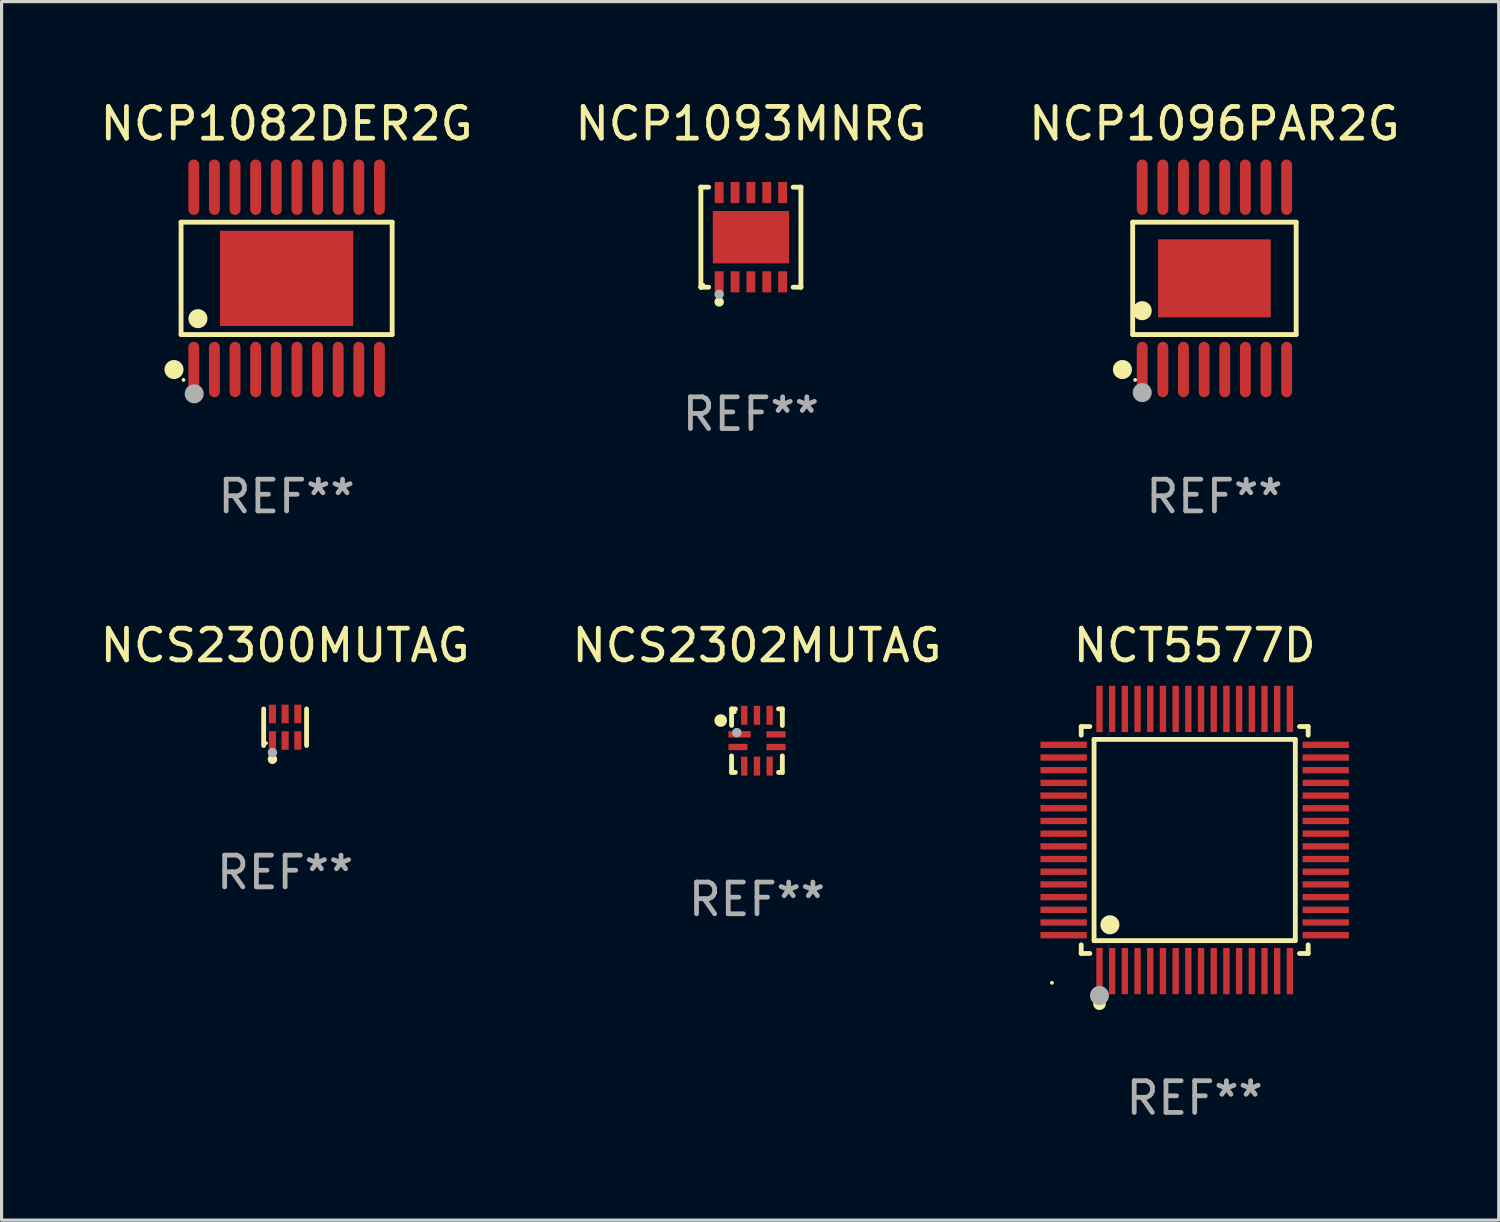
<source format=kicad_pcb>
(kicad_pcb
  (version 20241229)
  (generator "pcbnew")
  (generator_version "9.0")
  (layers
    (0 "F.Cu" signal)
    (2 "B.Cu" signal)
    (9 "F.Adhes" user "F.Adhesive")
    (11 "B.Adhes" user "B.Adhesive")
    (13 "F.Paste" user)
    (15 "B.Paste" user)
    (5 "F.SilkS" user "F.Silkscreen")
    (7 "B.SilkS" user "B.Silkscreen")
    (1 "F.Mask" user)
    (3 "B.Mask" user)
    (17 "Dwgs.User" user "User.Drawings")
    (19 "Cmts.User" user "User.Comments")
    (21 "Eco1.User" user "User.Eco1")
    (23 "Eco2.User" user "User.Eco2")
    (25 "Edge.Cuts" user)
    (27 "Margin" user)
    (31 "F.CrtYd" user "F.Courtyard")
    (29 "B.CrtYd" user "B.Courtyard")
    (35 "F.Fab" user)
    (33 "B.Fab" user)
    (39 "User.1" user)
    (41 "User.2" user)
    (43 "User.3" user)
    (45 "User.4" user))
  (footprint "NCT5577D"
    (layer "F.Cu")
    (at 34.598 23.421)
    (property "Reference" "NCT5577D" (at 0 -6.13 0) (layer "F.SilkS") (effects (font (size 1 1) (thickness 0.15))))
    (attr through_hole)
    (fp_line (start -3.576 -3.576) (end -3.303 -3.576) (stroke (width 0.152) (type solid)) (layer "F.SilkS"))
    (fp_line (start -3.576 -3.303) (end -3.576 -3.576) (stroke (width 0.152) (type solid)) (layer "F.SilkS"))
    (fp_line (start -3.576 3.303) (end -3.576 3.576) (stroke (width 0.152) (type solid)) (layer "F.SilkS"))
    (fp_line (start -3.576 3.576) (end -3.303 3.576) (stroke (width 0.152) (type solid)) (layer "F.SilkS"))
    (fp_line (start -3.171 -3.171) (end 3.171 -3.171) (stroke (width 0.152) (type solid)) (layer "F.SilkS"))
    (fp_line (start -3.171 3.171) (end -3.171 -3.171) (stroke (width 0.152) (type solid)) (layer "F.SilkS"))
    (fp_line (start 3.171 -3.171) (end 3.171 3.171) (stroke (width 0.152) (type solid)) (layer "F.SilkS"))
    (fp_line (start 3.171 3.171) (end -3.171 3.171) (stroke (width 0.152) (type solid)) (layer "F.SilkS"))
    (fp_line (start 3.576 -3.576) (end 3.303 -3.576) (stroke (width 0.152) (type solid)) (layer "F.SilkS"))
    (fp_line (start 3.576 -3.303) (end 3.576 -3.576) (stroke (width 0.152) (type solid)) (layer "F.SilkS"))
    (fp_line (start 3.576 3.303) (end 3.576 3.576) (stroke (width 0.152) (type solid)) (layer "F.SilkS"))
    (fp_line (start 3.576 3.576) (end 3.303 3.576) (stroke (width 0.152) (type solid)) (layer "F.SilkS"))
    (fp_circle (center -4.5 4.5) (end -4.47 4.5) (stroke (width 0.06) (type solid)) (fill no) (layer "F.SilkS"))
    (fp_circle (center -3 5.16) (end -2.9 5.16) (stroke (width 0.2) (type solid)) (fill no) (layer "F.SilkS"))
    (fp_circle (center -2.671 2.671) (end -2.521 2.671) (stroke (width 0.3) (type solid)) (fill no) (layer "F.SilkS"))
    (fp_circle (center -3 4.9) (end -2.85 4.9) (stroke (width 0.3) (type solid)) (fill no) (layer "F.Fab"))
    (fp_text user "REF**" (at 0 8.13 0) (layer "F.Fab") (effects (font (size 1 1) (thickness 0.15))))
    (pad "1" smd rect (at -3 4.13) (size 0.2 1.46) (layers "F.Cu" "F.Mask" "F.Paste"))
    (pad "2" smd rect (at -2.6 4.13) (size 0.2 1.46) (layers "F.Cu" "F.Mask" "F.Paste"))
    (pad "3" smd rect (at -2.2 4.13) (size 0.2 1.46) (layers "F.Cu" "F.Mask" "F.Paste"))
    (pad "4" smd rect (at -1.8 4.13) (size 0.2 1.46) (layers "F.Cu" "F.Mask" "F.Paste"))
    (pad "5" smd rect (at -1.4 4.13) (size 0.2 1.46) (layers "F.Cu" "F.Mask" "F.Paste"))
    (pad "6" smd rect (at -1 4.13) (size 0.2 1.46) (layers "F.Cu" "F.Mask" "F.Paste"))
    (pad "7" smd rect (at -0.6 4.13) (size 0.2 1.46) (layers "F.Cu" "F.Mask" "F.Paste"))
    (pad "8" smd rect (at -0.2 4.13) (size 0.2 1.46) (layers "F.Cu" "F.Mask" "F.Paste"))
    (pad "9" smd rect (at 0.2 4.13) (size 0.2 1.46) (layers "F.Cu" "F.Mask" "F.Paste"))
    (pad "10" smd rect (at 0.6 4.13) (size 0.2 1.46) (layers "F.Cu" "F.Mask" "F.Paste"))
    (pad "11" smd rect (at 1 4.13) (size 0.2 1.46) (layers "F.Cu" "F.Mask" "F.Paste"))
    (pad "12" smd rect (at 1.4 4.13) (size 0.2 1.46) (layers "F.Cu" "F.Mask" "F.Paste"))
    (pad "13" smd rect (at 1.8 4.13) (size 0.2 1.46) (layers "F.Cu" "F.Mask" "F.Paste"))
    (pad "14" smd rect (at 2.2 4.13) (size 0.2 1.46) (layers "F.Cu" "F.Mask" "F.Paste"))
    (pad "15" smd rect (at 2.6 4.13) (size 0.2 1.46) (layers "F.Cu" "F.Mask" "F.Paste"))
    (pad "16" smd rect (at 3 4.13) (size 0.2 1.46) (layers "F.Cu" "F.Mask" "F.Paste"))
    (pad "17" smd rect (at 4.13 3) (size 1.46 0.2) (layers "F.Cu" "F.Mask" "F.Paste"))
    (pad "18" smd rect (at 4.13 2.6) (size 1.46 0.2) (layers "F.Cu" "F.Mask" "F.Paste"))
    (pad "19" smd rect (at 4.13 2.2) (size 1.46 0.2) (layers "F.Cu" "F.Mask" "F.Paste"))
    (pad "20" smd rect (at 4.13 1.8) (size 1.46 0.2) (layers "F.Cu" "F.Mask" "F.Paste"))
    (pad "21" smd rect (at 4.13 1.4) (size 1.46 0.2) (layers "F.Cu" "F.Mask" "F.Paste"))
    (pad "22" smd rect (at 4.13 1) (size 1.46 0.2) (layers "F.Cu" "F.Mask" "F.Paste"))
    (pad "23" smd rect (at 4.13 0.6) (size 1.46 0.2) (layers "F.Cu" "F.Mask" "F.Paste"))
    (pad "24" smd rect (at 4.13 0.2) (size 1.46 0.2) (layers "F.Cu" "F.Mask" "F.Paste"))
    (pad "25" smd rect (at 4.13 -0.2) (size 1.46 0.2) (layers "F.Cu" "F.Mask" "F.Paste"))
    (pad "26" smd rect (at 4.13 -0.6) (size 1.46 0.2) (layers "F.Cu" "F.Mask" "F.Paste"))
    (pad "27" smd rect (at 4.13 -1) (size 1.46 0.2) (layers "F.Cu" "F.Mask" "F.Paste"))
    (pad "28" smd rect (at 4.13 -1.4) (size 1.46 0.2) (layers "F.Cu" "F.Mask" "F.Paste"))
    (pad "29" smd rect (at 4.13 -1.8) (size 1.46 0.2) (layers "F.Cu" "F.Mask" "F.Paste"))
    (pad "30" smd rect (at 4.13 -2.2) (size 1.46 0.2) (layers "F.Cu" "F.Mask" "F.Paste"))
    (pad "31" smd rect (at 4.13 -2.6) (size 1.46 0.2) (layers "F.Cu" "F.Mask" "F.Paste"))
    (pad "32" smd rect (at 4.13 -3) (size 1.46 0.2) (layers "F.Cu" "F.Mask" "F.Paste"))
    (pad "33" smd rect (at 3 -4.13) (size 0.2 1.46) (layers "F.Cu" "F.Mask" "F.Paste"))
    (pad "34" smd rect (at 2.6 -4.13) (size 0.2 1.46) (layers "F.Cu" "F.Mask" "F.Paste"))
    (pad "35" smd rect (at 2.2 -4.13) (size 0.2 1.46) (layers "F.Cu" "F.Mask" "F.Paste"))
    (pad "36" smd rect (at 1.8 -4.13) (size 0.2 1.46) (layers "F.Cu" "F.Mask" "F.Paste"))
    (pad "37" smd rect (at 1.4 -4.13) (size 0.2 1.46) (layers "F.Cu" "F.Mask" "F.Paste"))
    (pad "38" smd rect (at 1 -4.13) (size 0.2 1.46) (layers "F.Cu" "F.Mask" "F.Paste"))
    (pad "39" smd rect (at 0.6 -4.13) (size 0.2 1.46) (layers "F.Cu" "F.Mask" "F.Paste"))
    (pad "40" smd rect (at 0.2 -4.13) (size 0.2 1.46) (layers "F.Cu" "F.Mask" "F.Paste"))
    (pad "41" smd rect (at -0.2 -4.13) (size 0.2 1.46) (layers "F.Cu" "F.Mask" "F.Paste"))
    (pad "42" smd rect (at -0.6 -4.13) (size 0.2 1.46) (layers "F.Cu" "F.Mask" "F.Paste"))
    (pad "43" smd rect (at -1 -4.13) (size 0.2 1.46) (layers "F.Cu" "F.Mask" "F.Paste"))
    (pad "44" smd rect (at -1.4 -4.13) (size 0.2 1.46) (layers "F.Cu" "F.Mask" "F.Paste"))
    (pad "45" smd rect (at -1.8 -4.13) (size 0.2 1.46) (layers "F.Cu" "F.Mask" "F.Paste"))
    (pad "46" smd rect (at -2.2 -4.13) (size 0.2 1.46) (layers "F.Cu" "F.Mask" "F.Paste"))
    (pad "47" smd rect (at -2.6 -4.13) (size 0.2 1.46) (layers "F.Cu" "F.Mask" "F.Paste"))
    (pad "48" smd rect (at -3 -4.13) (size 0.2 1.46) (layers "F.Cu" "F.Mask" "F.Paste"))
    (pad "49" smd rect (at -4.13 -3) (size 1.46 0.2) (layers "F.Cu" "F.Mask" "F.Paste"))
    (pad "50" smd rect (at -4.13 -2.6) (size 1.46 0.2) (layers "F.Cu" "F.Mask" "F.Paste"))
    (pad "51" smd rect (at -4.13 -2.2) (size 1.46 0.2) (layers "F.Cu" "F.Mask" "F.Paste"))
    (pad "52" smd rect (at -4.13 -1.8) (size 1.46 0.2) (layers "F.Cu" "F.Mask" "F.Paste"))
    (pad "53" smd rect (at -4.13 -1.4) (size 1.46 0.2) (layers "F.Cu" "F.Mask" "F.Paste"))
    (pad "54" smd rect (at -4.13 -1) (size 1.46 0.2) (layers "F.Cu" "F.Mask" "F.Paste"))
    (pad "55" smd rect (at -4.13 -0.6) (size 1.46 0.2) (layers "F.Cu" "F.Mask" "F.Paste"))
    (pad "56" smd rect (at -4.13 -0.2) (size 1.46 0.2) (layers "F.Cu" "F.Mask" "F.Paste"))
    (pad "57" smd rect (at -4.13 0.2) (size 1.46 0.2) (layers "F.Cu" "F.Mask" "F.Paste"))
    (pad "58" smd rect (at -4.13 0.6) (size 1.46 0.2) (layers "F.Cu" "F.Mask" "F.Paste"))
    (pad "59" smd rect (at -4.13 1) (size 1.46 0.2) (layers "F.Cu" "F.Mask" "F.Paste"))
    (pad "60" smd rect (at -4.13 1.4) (size 1.46 0.2) (layers "F.Cu" "F.Mask" "F.Paste"))
    (pad "61" smd rect (at -4.13 1.8) (size 1.46 0.2) (layers "F.Cu" "F.Mask" "F.Paste"))
    (pad "62" smd rect (at -4.13 2.2) (size 1.46 0.2) (layers "F.Cu" "F.Mask" "F.Paste"))
    (pad "63" smd rect (at -4.13 2.6) (size 1.46 0.2) (layers "F.Cu" "F.Mask" "F.Paste"))
    (pad "64" smd rect (at -4.13 3) (size 1.46 0.2) (layers "F.Cu" "F.Mask" "F.Paste")))
  (footprint "NCP1082DER2G"
    (layer "F.Cu")
    (at 5.982 5.722)
    (property "Reference" "NCP1082DER2G" (at 0 -4.873 0) (layer "F.SilkS") (effects (font (size 1 1) (thickness 0.15))))
    (attr through_hole)
    (fp_line (start -3.326 -1.771) (end 3.326 -1.771) (stroke (width 0.152) (type solid)) (layer "F.SilkS"))
    (fp_line (start -3.326 1.771) (end -3.326 -1.771) (stroke (width 0.152) (type solid)) (layer "F.SilkS"))
    (fp_line (start 3.326 -1.771) (end 3.326 1.771) (stroke (width 0.152) (type solid)) (layer "F.SilkS"))
    (fp_line (start 3.326 1.771) (end -3.326 1.771) (stroke (width 0.152) (type solid)) (layer "F.SilkS"))
    (fp_circle (center -3.549 2.873) (end -3.399 2.873) (stroke (width 0.3) (type solid)) (fill no) (layer "F.SilkS"))
    (fp_circle (center -3.25 3.2) (end -3.22 3.2) (stroke (width 0.06) (type solid)) (fill no) (layer "F.SilkS"))
    (fp_circle (center -2.794 1.27) (end -2.644 1.27) (stroke (width 0.3) (type solid)) (fill no) (layer "F.SilkS"))
    (fp_circle (center -2.912 3.638) (end -2.762 3.638) (stroke (width 0.3) (type solid)) (fill no) (layer "F.Fab"))
    (fp_text user "REF**" (at 0 6.873 0) (layer "F.Fab") (effects (font (size 1 1) (thickness 0.15))))
    (pad "1" smd oval (at -2.925 2.873) (size 0.343 1.747) (layers "F.Cu" "F.Mask" "F.Paste"))
    (pad "2" smd oval (at -2.275 2.873) (size 0.343 1.747) (layers "F.Cu" "F.Mask" "F.Paste"))
    (pad "3" smd oval (at -1.625 2.873) (size 0.343 1.747) (layers "F.Cu" "F.Mask" "F.Paste"))
    (pad "4" smd oval (at -0.975 2.873) (size 0.343 1.747) (layers "F.Cu" "F.Mask" "F.Paste"))
    (pad "5" smd oval (at -0.325 2.873) (size 0.343 1.747) (layers "F.Cu" "F.Mask" "F.Paste"))
    (pad "6" smd oval (at 0.325 2.873) (size 0.343 1.747) (layers "F.Cu" "F.Mask" "F.Paste"))
    (pad "7" smd oval (at 0.975 2.873) (size 0.343 1.747) (layers "F.Cu" "F.Mask" "F.Paste"))
    (pad "8" smd oval (at 1.625 2.873) (size 0.343 1.747) (layers "F.Cu" "F.Mask" "F.Paste"))
    (pad "9" smd oval (at 2.275 2.873) (size 0.343 1.747) (layers "F.Cu" "F.Mask" "F.Paste"))
    (pad "10" smd oval (at 2.925 2.873) (size 0.343 1.747) (layers "F.Cu" "F.Mask" "F.Paste"))
    (pad "11" smd oval (at 2.925 -2.873) (size 0.343 1.747) (layers "F.Cu" "F.Mask" "F.Paste"))
    (pad "12" smd oval (at 2.275 -2.873) (size 0.343 1.747) (layers "F.Cu" "F.Mask" "F.Paste"))
    (pad "13" smd oval (at 1.625 -2.873) (size 0.343 1.747) (layers "F.Cu" "F.Mask" "F.Paste"))
    (pad "14" smd oval (at 0.975 -2.873) (size 0.343 1.747) (layers "F.Cu" "F.Mask" "F.Paste"))
    (pad "15" smd oval (at 0.325 -2.873) (size 0.343 1.747) (layers "F.Cu" "F.Mask" "F.Paste"))
    (pad "16" smd oval (at -0.325 -2.873) (size 0.343 1.747) (layers "F.Cu" "F.Mask" "F.Paste"))
    (pad "17" smd oval (at -0.975 -2.873) (size 0.343 1.747) (layers "F.Cu" "F.Mask" "F.Paste"))
    (pad "18" smd oval (at -1.625 -2.873) (size 0.343 1.747) (layers "F.Cu" "F.Mask" "F.Paste"))
    (pad "19" smd oval (at -2.275 -2.873) (size 0.343 1.747) (layers "F.Cu" "F.Mask" "F.Paste"))
    (pad "20" smd oval (at -2.925 -2.873) (size 0.343 1.747) (layers "F.Cu" "F.Mask" "F.Paste"))
    (pad "21" smd rect (at 0 0) (size 4.2 3) (layers "F.Cu" "F.Mask" "F.Paste")))
  (footprint "NCS2302MUTAG"
    (layer "F.Cu")
    (at 20.804 20.291)
    (property "Reference" "NCS2302MUTAG" (at 0 -3 0) (layer "F.SilkS") (effects (font (size 1 1) (thickness 0.15))))
    (attr through_hole)
    (fp_line (start -0.8 -1) (end -0.68 -1) (stroke (width 0.152) (type solid)) (layer "F.SilkS"))
    (fp_line (start -0.8 -0.48) (end -0.8 -1) (stroke (width 0.152) (type solid)) (layer "F.SilkS"))
    (fp_line (start -0.8 1) (end -0.8 0.48) (stroke (width 0.152) (type solid)) (layer "F.SilkS"))
    (fp_line (start -0.68 1) (end -0.8 1) (stroke (width 0.152) (type solid)) (layer "F.SilkS"))
    (fp_line (start 0.68 -1) (end 0.8 -1) (stroke (width 0.152) (type solid)) (layer "F.SilkS"))
    (fp_line (start 0.8 -1) (end 0.8 -0.48) (stroke (width 0.152) (type solid)) (layer "F.SilkS"))
    (fp_line (start 0.8 0.48) (end 0.8 1) (stroke (width 0.152) (type solid)) (layer "F.SilkS"))
    (fp_line (start 0.8 1) (end 0.68 1) (stroke (width 0.152) (type solid)) (layer "F.SilkS"))
    (fp_circle (center -1.143 -0.635) (end -1.043 -0.635) (stroke (width 0.2) (type solid)) (fill no) (layer "F.SilkS"))
    (fp_circle (center -0.7 -0.9) (end -0.67 -0.9) (stroke (width 0.06) (type solid)) (fill no) (layer "F.SilkS"))
    (fp_circle (center -0.635 -0.254) (end -0.56 -0.254) (stroke (width 0.15) (type solid)) (fill no) (layer "F.Fab"))
    (fp_text user "REF**" (at 0 5 0) (layer "F.Fab") (effects (font (size 1 1) (thickness 0.15))))
    (pad "1" smd rect (at -0.55 -0.2) (size 0.7 0.2) (layers "F.Cu" "F.Mask" "F.Paste"))
    (pad "2" smd rect (at -0.6 0.2) (size 0.6 0.2) (layers "F.Cu" "F.Mask" "F.Paste"))
    (pad "3" smd rect (at -0.4 0.8) (size 0.2 0.6) (layers "F.Cu" "F.Mask" "F.Paste"))
    (pad "4" smd rect (at 0 0.8) (size 0.2 0.6) (layers "F.Cu" "F.Mask" "F.Paste"))
    (pad "5" smd rect (at 0.4 0.8) (size 0.2 0.6) (layers "F.Cu" "F.Mask" "F.Paste"))
    (pad "6" smd rect (at 0.6 0.2) (size 0.6 0.2) (layers "F.Cu" "F.Mask" "F.Paste"))
    (pad "7" smd rect (at 0.6 -0.2) (size 0.6 0.2) (layers "F.Cu" "F.Mask" "F.Paste"))
    (pad "8" smd rect (at 0.4 -0.8) (size 0.2 0.6) (layers "F.Cu" "F.Mask" "F.Paste"))
    (pad "9" smd rect (at 0 -0.8) (size 0.2 0.6) (layers "F.Cu" "F.Mask" "F.Paste"))
    (pad "10" smd rect (at -0.4 -0.8) (size 0.2 0.6) (layers "F.Cu" "F.Mask" "F.Paste")))
  (footprint "NCP1096PAR2G"
    (layer "F.Cu")
    (at 35.22 5.722)
    (property "Reference" "NCP1096PAR2G" (at 0 -4.873 0) (layer "F.SilkS") (effects (font (size 1 1) (thickness 0.15))))
    (attr through_hole)
    (fp_line (start -2.576 -1.771) (end 2.576 -1.771) (stroke (width 0.152) (type solid)) (layer "F.SilkS"))
    (fp_line (start -2.576 1.771) (end -2.576 -1.771) (stroke (width 0.152) (type solid)) (layer "F.SilkS"))
    (fp_line (start 2.576 -1.771) (end 2.576 1.771) (stroke (width 0.152) (type solid)) (layer "F.SilkS"))
    (fp_line (start 2.576 1.771) (end -2.576 1.771) (stroke (width 0.152) (type solid)) (layer "F.SilkS"))
    (fp_circle (center -2.899 2.873) (end -2.749 2.873) (stroke (width 0.3) (type solid)) (fill no) (layer "F.SilkS"))
    (fp_circle (center -2.5 3.2) (end -2.47 3.2) (stroke (width 0.06) (type solid)) (fill no) (layer "F.SilkS"))
    (fp_circle (center -2.275 1.019) (end -2.125 1.019) (stroke (width 0.3) (type solid)) (fill no) (layer "F.SilkS"))
    (fp_circle (center -2.275 3.6) (end -2.125 3.6) (stroke (width 0.3) (type solid)) (fill no) (layer "F.Fab"))
    (fp_text user "REF**" (at 0 6.873 0) (layer "F.Fab") (effects (font (size 1 1) (thickness 0.15))))
    (pad "1" smd oval (at -2.275 2.873) (size 0.343 1.747) (layers "F.Cu" "F.Mask" "F.Paste"))
    (pad "2" smd oval (at -1.625 2.873) (size 0.343 1.747) (layers "F.Cu" "F.Mask" "F.Paste"))
    (pad "3" smd oval (at -0.975 2.873) (size 0.343 1.747) (layers "F.Cu" "F.Mask" "F.Paste"))
    (pad "4" smd oval (at -0.325 2.873) (size 0.343 1.747) (layers "F.Cu" "F.Mask" "F.Paste"))
    (pad "5" smd oval (at 0.325 2.873) (size 0.343 1.747) (layers "F.Cu" "F.Mask" "F.Paste"))
    (pad "6" smd oval (at 0.975 2.873) (size 0.343 1.747) (layers "F.Cu" "F.Mask" "F.Paste"))
    (pad "7" smd oval (at 1.625 2.873) (size 0.343 1.747) (layers "F.Cu" "F.Mask" "F.Paste"))
    (pad "8" smd oval (at 2.275 2.873) (size 0.343 1.747) (layers "F.Cu" "F.Mask" "F.Paste"))
    (pad "9" smd oval (at 2.275 -2.873) (size 0.343 1.747) (layers "F.Cu" "F.Mask" "F.Paste"))
    (pad "10" smd oval (at 1.625 -2.873) (size 0.343 1.747) (layers "F.Cu" "F.Mask" "F.Paste"))
    (pad "11" smd oval (at 0.975 -2.873) (size 0.343 1.747) (layers "F.Cu" "F.Mask" "F.Paste"))
    (pad "12" smd oval (at 0.325 -2.873) (size 0.343 1.747) (layers "F.Cu" "F.Mask" "F.Paste"))
    (pad "13" smd oval (at -0.325 -2.873) (size 0.343 1.747) (layers "F.Cu" "F.Mask" "F.Paste"))
    (pad "14" smd oval (at -0.975 -2.873) (size 0.343 1.747) (layers "F.Cu" "F.Mask" "F.Paste"))
    (pad "15" smd oval (at -1.625 -2.873) (size 0.343 1.747) (layers "F.Cu" "F.Mask" "F.Paste"))
    (pad "16" smd oval (at -2.275 -2.873) (size 0.343 1.747) (layers "F.Cu" "F.Mask" "F.Paste"))
    (pad "17" smd rect (at 0 0) (size 3.55 2.46) (layers "F.Cu" "F.Mask" "F.Paste")))
  (footprint "NCP1093MNRG"
    (layer "F.Cu")
    (at 20.613 4.424)
    (property "Reference" "NCP1093MNRG" (at 0 -3.576 0) (layer "F.SilkS") (effects (font (size 1 1) (thickness 0.15))))
    (attr through_hole)
    (fp_line (start -1.576 -1.576) (end -1.576 -1.576) (stroke (width 0.152) (type solid)) (layer "F.SilkS"))
    (fp_line (start -1.576 -1.576) (end -1.331 -1.576) (stroke (width 0.152) (type solid)) (layer "F.SilkS"))
    (fp_line (start -1.576 1.576) (end -1.576 -1.576) (stroke (width 0.152) (type solid)) (layer "F.SilkS"))
    (fp_line (start -1.576 1.576) (end -1.576 1.576) (stroke (width 0.152) (type solid)) (layer "F.SilkS"))
    (fp_line (start -1.331 1.576) (end -1.576 1.576) (stroke (width 0.152) (type solid)) (layer "F.SilkS"))
    (fp_line (start 1.331 1.576) (end 1.576 1.576) (stroke (width 0.152) (type solid)) (layer "F.SilkS"))
    (fp_line (start 1.576 -1.576) (end 1.331 -1.576) (stroke (width 0.152) (type solid)) (layer "F.SilkS"))
    (fp_line (start 1.576 -1.576) (end 1.576 -1.576) (stroke (width 0.152) (type solid)) (layer "F.SilkS"))
    (fp_line (start 1.576 1.576) (end 1.576 -1.576) (stroke (width 0.152) (type solid)) (layer "F.SilkS"))
    (fp_line (start 1.576 1.576) (end 1.576 1.576) (stroke (width 0.152) (type solid)) (layer "F.SilkS"))
    (fp_circle (center -1.5 1.5) (end -1.47 1.5) (stroke (width 0.06) (type solid)) (fill no) (layer "F.SilkS"))
    (fp_circle (center -1 2.04) (end -0.925 2.04) (stroke (width 0.15) (type solid)) (fill no) (layer "F.SilkS"))
    (fp_circle (center -1 1.8) (end -0.925 1.8) (stroke (width 0.15) (type solid)) (fill no) (layer "F.Fab"))
    (fp_text user "REF**" (at 0 5.576 0) (layer "F.Fab") (effects (font (size 1 1) (thickness 0.15))))
    (pad "1" smd rect (at -1 1.407) (size 0.28 0.665) (layers "F.Cu" "F.Mask" "F.Paste"))
    (pad "2" smd rect (at -0.5 1.407) (size 0.28 0.665) (layers "F.Cu" "F.Mask" "F.Paste"))
    (pad "3" smd rect (at 0 1.407) (size 0.28 0.665) (layers "F.Cu" "F.Mask" "F.Paste"))
    (pad "4" smd rect (at 0.5 1.407) (size 0.28 0.665) (layers "F.Cu" "F.Mask" "F.Paste"))
    (pad "5" smd rect (at 1 1.407) (size 0.28 0.665) (layers "F.Cu" "F.Mask" "F.Paste"))
    (pad "6" smd rect (at 1 -1.407) (size 0.28 0.665) (layers "F.Cu" "F.Mask" "F.Paste"))
    (pad "7" smd rect (at 0.5 -1.407) (size 0.28 0.665) (layers "F.Cu" "F.Mask" "F.Paste"))
    (pad "8" smd rect (at 0 -1.407) (size 0.28 0.665) (layers "F.Cu" "F.Mask" "F.Paste"))
    (pad "9" smd rect (at -0.5 -1.407) (size 0.28 0.665) (layers "F.Cu" "F.Mask" "F.Paste"))
    (pad "10" smd rect (at -1 -1.407) (size 0.28 0.665) (layers "F.Cu" "F.Mask" "F.Paste"))
    (pad "11" smd rect (at 0 0) (size 2.4 1.65) (layers "F.Cu" "F.Mask" "F.Paste")))
  (footprint "NCS2300MUTAG"
    (layer "F.Cu")
    (at 5.935 19.867)
    (property "Reference" "NCS2300MUTAG" (at 0 -2.576 0) (layer "F.SilkS") (effects (font (size 1 1) (thickness 0.15))))
    (attr through_hole)
    (fp_line (start -0.676 0.576) (end -0.676 -0.576) (stroke (width 0.152) (type solid)) (layer "F.SilkS"))
    (fp_line (start 0.676 0.576) (end 0.676 -0.576) (stroke (width 0.152) (type solid)) (layer "F.SilkS"))
    (fp_circle (center -0.6 0.5) (end -0.57 0.5) (stroke (width 0.06) (type solid)) (fill no) (layer "F.SilkS"))
    (fp_circle (center -0.4 1.01) (end -0.325 1.01) (stroke (width 0.15) (type solid)) (fill no) (layer "F.SilkS"))
    (fp_circle (center -0.4 0.8) (end -0.325 0.8) (stroke (width 0.15) (type solid)) (fill no) (layer "F.Fab"))
    (fp_text user "REF**" (at 0 4.576 0) (layer "F.Fab") (effects (font (size 1 1) (thickness 0.15))))
    (pad "1" smd rect (at -0.4 0.418) (size 0.224 0.585) (layers "F.Cu" "F.Mask" "F.Paste"))
    (pad "2" smd rect (at 0 0.418) (size 0.224 0.585) (layers "F.Cu" "F.Mask" "F.Paste"))
    (pad "3" smd rect (at 0.4 0.418) (size 0.224 0.585) (layers "F.Cu" "F.Mask" "F.Paste"))
    (pad "4" smd rect (at 0.4 -0.418) (size 0.224 0.585) (layers "F.Cu" "F.Mask" "F.Paste"))
    (pad "5" smd rect (at 0 -0.418) (size 0.224 0.585) (layers "F.Cu" "F.Mask" "F.Paste"))
    (pad "6" smd rect (at -0.4 -0.418) (size 0.224 0.585) (layers "F.Cu" "F.Mask" "F.Paste")))
  (gr_rect
    (start -3 -3)
    (end 44.179 35.4)
    (stroke (width 0.1) (type default))
    (fill no)
    (layer "Edge.Cuts")))
</source>
